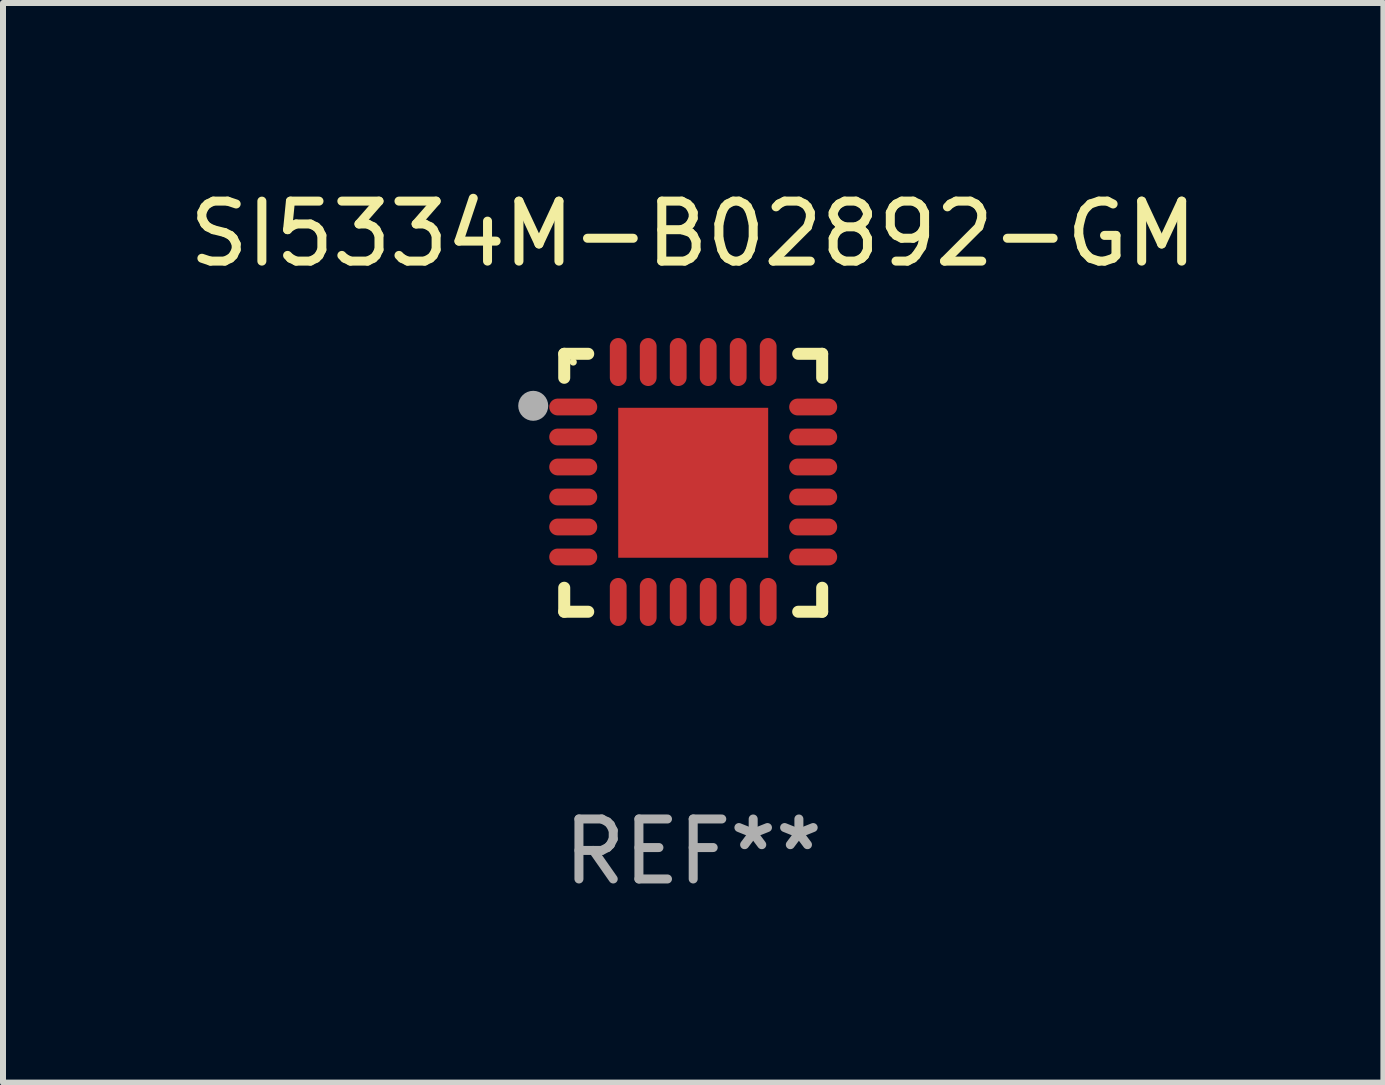
<source format=kicad_pcb>
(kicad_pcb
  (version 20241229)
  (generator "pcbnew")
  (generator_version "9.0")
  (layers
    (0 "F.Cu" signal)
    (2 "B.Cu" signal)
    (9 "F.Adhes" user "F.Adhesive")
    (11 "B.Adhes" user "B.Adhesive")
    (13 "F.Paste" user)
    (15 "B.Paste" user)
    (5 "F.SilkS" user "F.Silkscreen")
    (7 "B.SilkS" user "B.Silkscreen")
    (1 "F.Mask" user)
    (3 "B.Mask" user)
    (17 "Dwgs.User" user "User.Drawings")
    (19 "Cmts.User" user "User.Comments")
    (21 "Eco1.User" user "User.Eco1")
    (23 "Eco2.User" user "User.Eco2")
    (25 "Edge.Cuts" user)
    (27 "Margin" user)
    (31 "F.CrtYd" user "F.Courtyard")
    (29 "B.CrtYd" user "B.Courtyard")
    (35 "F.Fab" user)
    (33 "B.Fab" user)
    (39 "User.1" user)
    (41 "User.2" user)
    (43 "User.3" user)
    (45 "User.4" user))
  (footprint "SI5334M-B02892-GM"
    (layer "F.Cu")
    (at 8.506 4.998)
    (property "Reference" "SI5334M-B02892-GM" (at 0 -4.15 0) (layer "F.SilkS") (effects (font (size 1 1) (thickness 0.15))))
    (attr through_hole)
    (fp_line (start -2.15 -2.15) (end -1.75 -2.15) (stroke (width 0.2) (type solid)) (layer "F.SilkS"))
    (fp_line (start -2.15 -1.75) (end -2.15 -2.15) (stroke (width 0.2) (type solid)) (layer "F.SilkS"))
    (fp_line (start -2.15 2.15) (end -2.15 1.75) (stroke (width 0.2) (type solid)) (layer "F.SilkS"))
    (fp_line (start -1.75 2.15) (end -2.15 2.15) (stroke (width 0.2) (type solid)) (layer "F.SilkS"))
    (fp_line (start 1.75 -2.15) (end 2.15 -2.15) (stroke (width 0.2) (type solid)) (layer "F.SilkS"))
    (fp_line (start 1.75 2.15) (end 2.15 2.15) (stroke (width 0.2) (type solid)) (layer "F.SilkS"))
    (fp_line (start 2.15 -2.15) (end 2.15 -1.75) (stroke (width 0.2) (type solid)) (layer "F.SilkS"))
    (fp_line (start 2.15 2.15) (end 2.15 1.75) (stroke (width 0.2) (type solid)) (layer "F.SilkS"))
    (fp_circle (center -2 -2.013) (end -1.97 -2.013) (stroke (width 0.06) (type solid)) (fill no) (layer "F.SilkS"))
    (fp_circle (center -2.667 -1.283) (end -2.542 -1.283) (stroke (width 0.25) (type solid)) (fill no) (layer "F.Fab"))
    (fp_text user "REF**" (at 0 6.15 0) (layer "F.Fab") (effects (font (size 1 1) (thickness 0.15))))
    (pad "1" smd oval (at -2 -1.263) (size 0.8 0.28) (layers "F.Cu" "F.Mask" "F.Paste"))
    (pad "2" smd oval (at -2 -0.763) (size 0.8 0.28) (layers "F.Cu" "F.Mask" "F.Paste"))
    (pad "3" smd oval (at -2 -0.263) (size 0.8 0.28) (layers "F.Cu" "F.Mask" "F.Paste"))
    (pad "4" smd oval (at -2 0.237) (size 0.8 0.28) (layers "F.Cu" "F.Mask" "F.Paste"))
    (pad "5" smd oval (at -2 0.737) (size 0.8 0.28) (layers "F.Cu" "F.Mask" "F.Paste"))
    (pad "6" smd oval (at -2 1.237) (size 0.8 0.28) (layers "F.Cu" "F.Mask" "F.Paste"))
    (pad "7" smd oval (at -1.25 1.987) (size 0.28 0.8) (layers "F.Cu" "F.Mask" "F.Paste"))
    (pad "8" smd oval (at -0.75 1.987) (size 0.28 0.8) (layers "F.Cu" "F.Mask" "F.Paste"))
    (pad "9" smd oval (at -0.25 1.987) (size 0.28 0.8) (layers "F.Cu" "F.Mask" "F.Paste"))
    (pad "10" smd oval (at 0.25 1.987) (size 0.28 0.8) (layers "F.Cu" "F.Mask" "F.Paste"))
    (pad "11" smd oval (at 0.75 1.987) (size 0.28 0.8) (layers "F.Cu" "F.Mask" "F.Paste"))
    (pad "12" smd oval (at 1.25 1.987) (size 0.28 0.8) (layers "F.Cu" "F.Mask" "F.Paste"))
    (pad "13" smd oval (at 2 1.237) (size 0.8 0.28) (layers "F.Cu" "F.Mask" "F.Paste"))
    (pad "14" smd oval (at 2 0.737) (size 0.8 0.28) (layers "F.Cu" "F.Mask" "F.Paste"))
    (pad "15" smd oval (at 2 0.237) (size 0.8 0.28) (layers "F.Cu" "F.Mask" "F.Paste"))
    (pad "16" smd oval (at 2 -0.263) (size 0.8 0.28) (layers "F.Cu" "F.Mask" "F.Paste"))
    (pad "17" smd oval (at 2 -0.763) (size 0.8 0.28) (layers "F.Cu" "F.Mask" "F.Paste"))
    (pad "18" smd oval (at 2 -1.263) (size 0.8 0.28) (layers "F.Cu" "F.Mask" "F.Paste"))
    (pad "19" smd oval (at 1.25 -2.013) (size 0.28 0.8) (layers "F.Cu" "F.Mask" "F.Paste"))
    (pad "20" smd oval (at 0.75 -2.013) (size 0.28 0.8) (layers "F.Cu" "F.Mask" "F.Paste"))
    (pad "21" smd oval (at 0.25 -2.013) (size 0.28 0.8) (layers "F.Cu" "F.Mask" "F.Paste"))
    (pad "22" smd oval (at -0.25 -2.013) (size 0.28 0.8) (layers "F.Cu" "F.Mask" "F.Paste"))
    (pad "23" smd oval (at -0.75 -2.013) (size 0.28 0.8) (layers "F.Cu" "F.Mask" "F.Paste"))
    (pad "24" smd oval (at -1.25 -2.013) (size 0.28 0.8) (layers "F.Cu" "F.Mask" "F.Paste"))
    (pad "25" smd rect (at -0.000127 -0.00014) (size 2.5 2.5) (layers "F.Cu" "F.Mask" "F.Paste")))
  (gr_rect
    (start -3 -3)
    (end 20.012 14.997)
    (stroke (width 0.1) (type default))
    (fill no)
    (layer "Edge.Cuts")))
</source>
